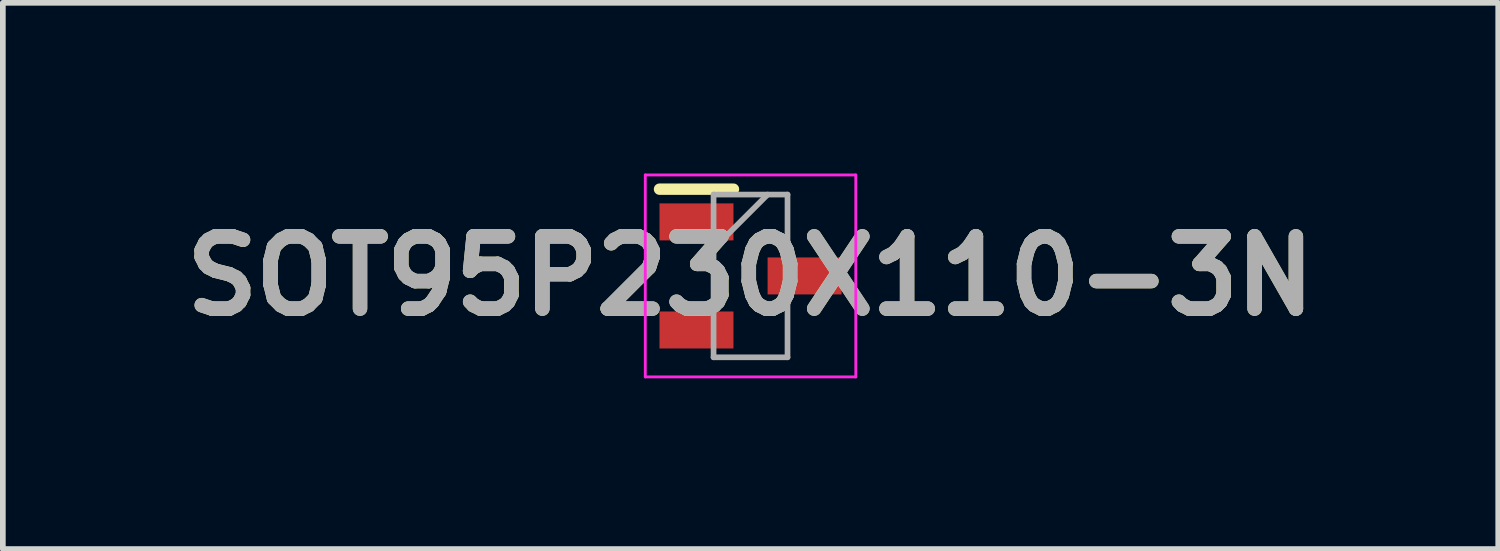
<source format=kicad_pcb>
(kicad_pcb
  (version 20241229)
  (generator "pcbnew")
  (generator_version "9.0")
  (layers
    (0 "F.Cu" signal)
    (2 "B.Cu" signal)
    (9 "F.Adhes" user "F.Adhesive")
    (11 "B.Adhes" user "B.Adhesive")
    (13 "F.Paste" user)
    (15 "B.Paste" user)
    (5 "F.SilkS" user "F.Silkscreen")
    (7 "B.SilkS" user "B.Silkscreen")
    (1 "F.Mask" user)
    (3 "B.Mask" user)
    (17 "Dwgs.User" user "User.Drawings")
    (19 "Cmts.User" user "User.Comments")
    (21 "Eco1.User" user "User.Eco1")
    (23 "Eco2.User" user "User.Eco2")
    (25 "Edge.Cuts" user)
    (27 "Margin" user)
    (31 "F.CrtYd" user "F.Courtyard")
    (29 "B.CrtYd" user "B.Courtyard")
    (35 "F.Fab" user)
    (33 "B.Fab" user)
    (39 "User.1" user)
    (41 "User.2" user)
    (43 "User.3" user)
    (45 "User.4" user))
  (footprint "SOT95P230X110-3N"
    (layer "F.Cu")
    (at 10.142 1.8)
    (property "Reference" "SOT95P230X110-3N" (at 0 0 0) (layer "F.SilkS") (effects (font (size 1.27 1.27) (thickness 0.254))))
    (attr smd)
    (fp_line (start -1.6 -1.525) (end -0.3 -1.525) (stroke (width 0.2) (type solid)) (layer "F.SilkS"))
    (fp_line (start -1.85 -1.775) (end 1.85 -1.775) (stroke (width 0.05) (type solid)) (layer "F.CrtYd"))
    (fp_line (start -1.85 1.775) (end -1.85 -1.775) (stroke (width 0.05) (type solid)) (layer "F.CrtYd"))
    (fp_line (start 1.85 -1.775) (end 1.85 1.775) (stroke (width 0.05) (type solid)) (layer "F.CrtYd"))
    (fp_line (start 1.85 1.775) (end -1.85 1.775) (stroke (width 0.05) (type solid)) (layer "F.CrtYd"))
    (fp_line (start -0.65 -1.43) (end 0.65 -1.43) (stroke (width 0.1) (type solid)) (layer "F.Fab"))
    (fp_line (start -0.65 -0.48) (end 0.3 -1.43) (stroke (width 0.1) (type solid)) (layer "F.Fab"))
    (fp_line (start -0.65 1.43) (end -0.65 -1.43) (stroke (width 0.1) (type solid)) (layer "F.Fab"))
    (fp_line (start 0.65 -1.43) (end 0.65 1.43) (stroke (width 0.1) (type solid)) (layer "F.Fab"))
    (fp_line (start 0.65 1.43) (end -0.65 1.43) (stroke (width 0.1) (type solid)) (layer "F.Fab"))
    (fp_text user "${REFERENCE}" (at 0 0 0) (layer "F.Fab") (effects (font (size 1.27 1.27) (thickness 0.254))))
    (pad "1" smd rect (at -0.95 -0.95 90) (size 0.65 1.3) (layers "F.Cu" "F.Mask" "F.Paste"))
    (pad "2" smd rect (at -0.95 0.95 90) (size 0.65 1.3) (layers "F.Cu" "F.Mask" "F.Paste"))
    (pad "3" smd rect (at 0.95 0 90) (size 0.65 1.3) (layers "F.Cu" "F.Mask" "F.Paste")))
  (gr_rect
    (start -3 -3)
    (end 23.284 6.6)
    (stroke (width 0.1) (type default))
    (fill no)
    (layer "Edge.Cuts")))
</source>
